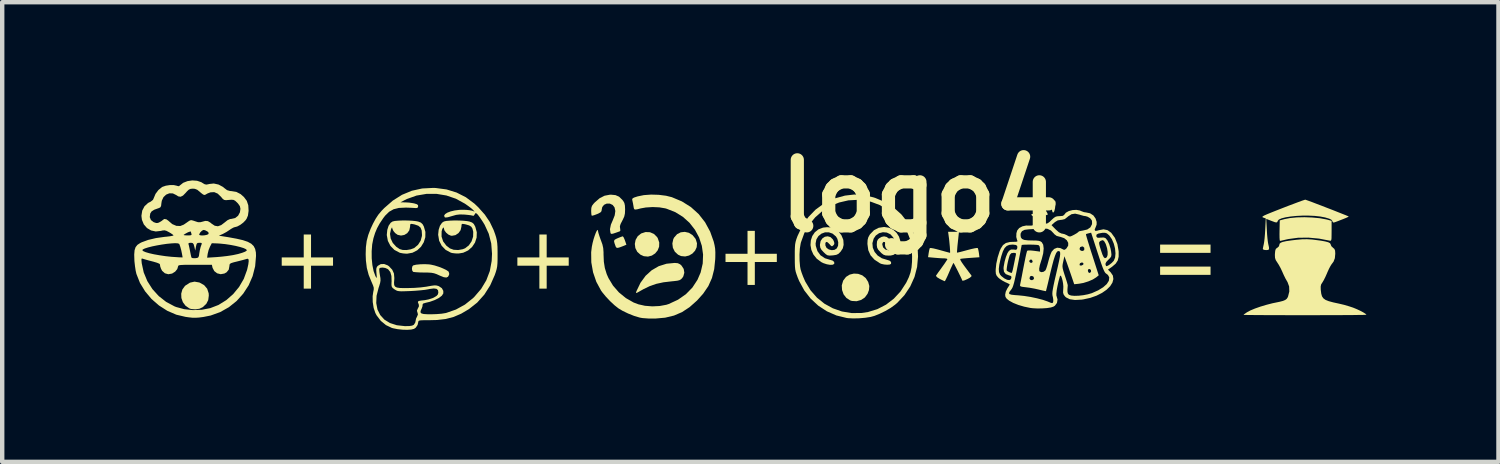
<source format=kicad_pcb>
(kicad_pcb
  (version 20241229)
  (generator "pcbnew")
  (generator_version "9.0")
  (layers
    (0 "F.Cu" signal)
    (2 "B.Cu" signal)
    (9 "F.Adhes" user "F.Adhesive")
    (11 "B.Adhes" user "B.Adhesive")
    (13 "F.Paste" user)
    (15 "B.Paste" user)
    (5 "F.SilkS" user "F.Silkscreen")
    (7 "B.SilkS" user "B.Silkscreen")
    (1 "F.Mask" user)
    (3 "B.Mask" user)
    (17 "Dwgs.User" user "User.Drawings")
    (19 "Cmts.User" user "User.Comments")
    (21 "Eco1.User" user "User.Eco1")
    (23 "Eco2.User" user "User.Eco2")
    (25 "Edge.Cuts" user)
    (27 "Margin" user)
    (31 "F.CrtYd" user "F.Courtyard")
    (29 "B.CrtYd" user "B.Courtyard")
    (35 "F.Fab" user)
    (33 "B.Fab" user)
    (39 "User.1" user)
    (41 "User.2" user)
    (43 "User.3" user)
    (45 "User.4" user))
  (footprint "logo4"
    (layer "F.Cu")
    (at 17.854 1.404)
    (property "Reference" "logo4" (at 0 0 0) (layer "F.SilkS") (effects (font (size 1.5 1.5) (thickness 0.3))))
    (attr board_only exclude_from_pos_files exclude_from_bom)
    (fp_poly (pts (xy 6.605 1.198) (xy 6.605 1.292) (xy 6.032 1.292) (xy 5.459 1.292) (xy 5.459 1.198) (xy 5.459 1.104) (xy 6.032 1.104) (xy 6.605 1.104)) (stroke (width 0) (type solid)) (fill yes) (layer "F.SilkS"))
    (fp_poly (pts (xy 6.605 1.698) (xy 6.605 1.792) (xy 6.032 1.792) (xy 5.459 1.792) (xy 5.459 1.698) (xy 5.459 1.604) (xy 6.032 1.604) (xy 6.605 1.604)) (stroke (width 0) (type solid)) (fill yes) (layer "F.SilkS"))
    (fp_poly (pts (xy 2.622 0.416) (xy 2.687 0.436) (xy 2.748 0.462) (xy 2.795 0.489) (xy 2.813 0.513) (xy 2.799 0.536) (xy 2.757 0.536) (xy 2.684 0.512) (xy 2.627 0.488) (xy 2.563 0.456) (xy 2.534 0.432) (xy 2.537 0.413) (xy 2.537 0.413) (xy 2.568 0.407)) (stroke (width 0) (type solid)) (fill yes) (layer "F.SilkS"))
    (fp_poly (pts (xy 3.074 0.111) (xy 3.082 0.138) (xy 3.081 0.191) (xy 3.071 0.278) (xy 3.071 0.278) (xy 3.055 0.345) (xy 3.034 0.376) (xy 3.015 0.369) (xy 3.003 0.325) (xy 3.001 0.287) (xy 3.007 0.188) (xy 3.024 0.127) (xy 3.053 0.104) (xy 3.055 0.104)) (stroke (width 0) (type solid)) (fill yes) (layer "F.SilkS"))
    (fp_poly (pts (xy 2.753 0.183) (xy 2.788 0.223) (xy 2.827 0.278) (xy 2.865 0.335) (xy 2.894 0.385) (xy 2.906 0.416) (xy 2.905 0.419) (xy 2.886 0.436) (xy 2.861 0.426) (xy 2.824 0.387) (xy 2.773 0.315) (xy 2.726 0.242) (xy 2.706 0.195) (xy 2.711 0.172) (xy 2.732 0.167)) (stroke (width 0) (type solid)) (fill yes) (layer "F.SilkS"))
    (fp_poly (pts (xy -6.735 0.935) (xy -6.714 0.98) (xy -6.702 1.012) (xy -6.669 1.107) (xy -6.736 1.135) (xy -6.815 1.165) (xy -6.864 1.179) (xy -6.892 1.176) (xy -6.909 1.157) (xy -6.915 1.142) (xy -6.941 1.069) (xy -6.95 1.025) (xy -6.939 0.997) (xy -6.905 0.976) (xy -6.865 0.958) (xy -6.806 0.934) (xy -6.763 0.919) (xy -6.751 0.917)) (stroke (width 0) (type solid)) (fill yes) (layer "F.SilkS"))
    (fp_poly (pts (xy -6.134 0.823) (xy -6.044 0.862) (xy -5.972 0.933) (xy -5.956 0.96) (xy -5.923 1.058) (xy -5.926 1.152) (xy -5.959 1.236) (xy -6.016 1.305) (xy -6.091 1.354) (xy -6.179 1.377) (xy -6.273 1.368) (xy -6.349 1.334) (xy -6.423 1.268) (xy -6.466 1.183) (xy -6.478 1.089) (xy -6.46 0.997) (xy -6.412 0.914) (xy -6.334 0.851) (xy -6.333 0.851) (xy -6.234 0.819)) (stroke (width 0) (type solid)) (fill yes) (layer "F.SilkS"))
    (fp_poly (pts (xy -5.25 0.836) (xy -5.167 0.888) (xy -5.1 0.97) (xy -5.093 0.984) (xy -5.065 1.075) (xy -5.072 1.163) (xy -5.109 1.243) (xy -5.169 1.308) (xy -5.246 1.353) (xy -5.334 1.374) (xy -5.427 1.365) (xy -5.495 1.334) (xy -5.568 1.267) (xy -5.613 1.178) (xy -5.625 1.079) (xy -5.604 0.981) (xy -5.585 0.944) (xy -5.518 0.868) (xy -5.434 0.825) (xy -5.342 0.815)) (stroke (width 0) (type solid)) (fill yes) (layer "F.SilkS"))
    (fp_poly (pts (xy -1.402 1.769) (xy -1.309 1.803) (xy -1.23 1.866) (xy -1.175 1.953) (xy -1.149 2.046) (xy -1.157 2.137) (xy -1.189 2.222) (xy -1.251 2.306) (xy -1.338 2.363) (xy -1.439 2.391) (xy -1.544 2.385) (xy -1.583 2.373) (xy -1.67 2.317) (xy -1.734 2.235) (xy -1.769 2.136) (xy -1.775 2.031) (xy -1.745 1.928) (xy -1.742 1.921) (xy -1.678 1.838) (xy -1.595 1.786) (xy -1.5 1.763)) (stroke (width 0) (type solid)) (fill yes) (layer "F.SilkS"))
    (fp_poly (pts (xy -16.376 1.965) (xy -16.368 1.968) (xy -16.265 2.026) (xy -16.196 2.107) (xy -16.162 2.211) (xy -16.159 2.263) (xy -16.172 2.365) (xy -16.215 2.449) (xy -16.294 2.524) (xy -16.298 2.527) (xy -16.372 2.562) (xy -16.464 2.576) (xy -16.555 2.569) (xy -16.598 2.556) (xy -16.686 2.496) (xy -16.748 2.414) (xy -16.782 2.319) (xy -16.786 2.22) (xy -16.76 2.125) (xy -16.701 2.044) (xy -16.689 2.034) (xy -16.587 1.969) (xy -16.483 1.946)) (stroke (width 0) (type solid)) (fill yes) (layer "F.SilkS"))
    (fp_poly (pts (xy -13.836 1.136) (xy -13.836 1.396) (xy -13.586 1.396) (xy -13.336 1.396) (xy -13.336 1.49) (xy -13.336 1.584) (xy -13.586 1.584) (xy -13.836 1.584) (xy -13.836 1.844) (xy -13.836 2.105) (xy -13.919 2.105) (xy -14.002 2.105) (xy -14.002 1.844) (xy -14.002 1.584) (xy -14.252 1.584) (xy -14.502 1.584) (xy -14.502 1.49) (xy -14.502 1.396) (xy -14.252 1.396) (xy -14.002 1.396) (xy -14.002 1.136) (xy -14.002 0.875) (xy -13.919 0.875) (xy -13.836 0.875)) (stroke (width 0) (type solid)) (fill yes) (layer "F.SilkS"))
    (fp_poly (pts (xy -8.481 1.136) (xy -8.481 1.396) (xy -8.231 1.396) (xy -7.98 1.396) (xy -7.98 1.49) (xy -7.98 1.584) (xy -8.231 1.584) (xy -8.481 1.584) (xy -8.481 1.844) (xy -8.481 2.105) (xy -8.564 2.105) (xy -8.647 2.105) (xy -8.647 1.844) (xy -8.647 1.584) (xy -8.897 1.584) (xy -9.147 1.584) (xy -9.147 1.49) (xy -9.147 1.396) (xy -8.897 1.396) (xy -8.647 1.396) (xy -8.647 1.136) (xy -8.647 0.875) (xy -8.564 0.875) (xy -8.481 0.875)) (stroke (width 0) (type solid)) (fill yes) (layer "F.SilkS"))
    (fp_poly (pts (xy -3.751 1.052) (xy -3.751 1.313) (xy -3.501 1.313) (xy -3.251 1.313) (xy -3.251 1.406) (xy -3.251 1.5) (xy -3.501 1.5) (xy -3.751 1.5) (xy -3.751 1.761) (xy -3.751 2.021) (xy -3.834 2.021) (xy -3.917 2.021) (xy -3.917 1.761) (xy -3.917 1.5) (xy -4.167 1.5) (xy -4.417 1.5) (xy -4.417 1.406) (xy -4.417 1.313) (xy -4.167 1.313) (xy -3.917 1.313) (xy -3.917 1.052) (xy -3.917 0.792) (xy -3.834 0.792) (xy -3.751 0.792)) (stroke (width 0) (type solid)) (fill yes) (layer "F.SilkS"))
    (fp_poly (pts (xy -5.501 1.527) (xy -5.449 1.552) (xy -5.416 1.582) (xy -5.367 1.658) (xy -5.353 1.743) (xy -5.376 1.827) (xy -5.403 1.867) (xy -5.431 1.894) (xy -5.464 1.913) (xy -5.512 1.925) (xy -5.587 1.934) (xy -5.638 1.939) (xy -5.827 1.961) (xy -5.989 1.996) (xy -6.137 2.047) (xy -6.285 2.119) (xy -6.34 2.15) (xy -6.405 2.187) (xy -6.44 2.204) (xy -6.451 2.2) (xy -6.446 2.178) (xy -6.44 2.161) (xy -6.349 1.972) (xy -6.233 1.813) (xy -6.094 1.687) (xy -5.935 1.595) (xy -5.757 1.539) (xy -5.571 1.521)) (stroke (width 0) (type solid)) (fill yes) (layer "F.SilkS"))
    (fp_poly (pts (xy 8.918 0.489) (xy 9.087 0.505) (xy 9.235 0.532) (xy 9.278 0.543) (xy 9.356 0.565) (xy 9.356 0.795) (xy 9.355 0.895) (xy 9.354 0.961) (xy 9.349 0.998) (xy 9.339 1.015) (xy 9.324 1.017) (xy 9.309 1.014) (xy 9.07 0.968) (xy 8.827 0.946) (xy 8.592 0.949) (xy 8.375 0.978) (xy 8.324 0.989) (xy 8.256 1.005) (xy 8.204 1.017) (xy 8.183 1.02) (xy 8.177 1.001) (xy 8.173 0.949) (xy 8.172 0.871) (xy 8.173 0.788) (xy 8.178 0.555) (xy 8.283 0.526) (xy 8.411 0.501) (xy 8.568 0.486) (xy 8.741 0.482)) (stroke (width 0) (type solid)) (fill yes) (layer "F.SilkS"))
    (fp_poly (pts (xy -11.154 1.554) (xy -11.111 1.56) (xy -11.026 1.579) (xy -10.932 1.609) (xy -10.842 1.644) (xy -10.766 1.68) (xy -10.716 1.713) (xy -10.709 1.721) (xy -10.696 1.762) (xy -10.699 1.791) (xy -10.723 1.835) (xy -10.761 1.853) (xy -10.82 1.845) (xy -10.904 1.811) (xy -10.918 1.805) (xy -10.984 1.775) (xy -11.04 1.756) (xy -11.098 1.745) (xy -11.173 1.74) (xy -11.274 1.739) (xy -11.367 1.737) (xy -11.446 1.732) (xy -11.5 1.727) (xy -11.518 1.722) (xy -11.538 1.69) (xy -11.543 1.642) (xy -11.532 1.597) (xy -11.514 1.577) (xy -11.448 1.561) (xy -11.355 1.552) (xy -11.252 1.549)) (stroke (width 0) (type solid)) (fill yes) (layer "F.SilkS"))
    (fp_poly (pts (xy -6.917 -0.02) (xy -6.837 0.015) (xy -6.765 0.084) (xy -6.742 0.112) (xy -6.716 0.158) (xy -6.703 0.217) (xy -6.699 0.302) (xy -6.699 0.309) (xy -6.703 0.397) (xy -6.718 0.466) (xy -6.75 0.536) (xy -6.764 0.563) (xy -6.801 0.635) (xy -6.817 0.686) (xy -6.814 0.729) (xy -6.812 0.736) (xy -6.807 0.786) (xy -6.82 0.803) (xy -6.91 0.835) (xy -6.968 0.854) (xy -7.002 0.861) (xy -7.02 0.857) (xy -7.029 0.845) (xy -7.031 0.841) (xy -7.043 0.755) (xy -7.022 0.651) (xy -6.978 0.549) (xy -6.935 0.44) (xy -6.921 0.341) (xy -6.939 0.259) (xy -6.981 0.204) (xy -7.047 0.172) (xy -7.116 0.172) (xy -7.177 0.2) (xy -7.218 0.251) (xy -7.23 0.308) (xy -7.236 0.345) (xy -7.257 0.371) (xy -7.305 0.398) (xy -7.338 0.412) (xy -7.399 0.435) (xy -7.443 0.447) (xy -7.458 0.446) (xy -7.465 0.42) (xy -7.469 0.367) (xy -7.47 0.333) (xy -7.466 0.27) (xy -7.451 0.223) (xy -7.415 0.175) (xy -7.387 0.145) (xy -7.278 0.051) (xy -7.167 -0.006) (xy -7.047 -0.029) (xy -7.018 -0.03)) (stroke (width 0) (type solid)) (fill yes) (layer "F.SilkS"))
    (fp_poly (pts (xy -11.642 0.557) (xy -11.539 0.562) (xy -11.453 0.571) (xy -11.401 0.581) (xy -11.339 0.605) (xy -11.3 0.642) (xy -11.272 0.694) (xy -11.237 0.816) (xy -11.239 0.937) (xy -11.274 1.051) (xy -11.336 1.152) (xy -11.423 1.234) (xy -11.53 1.289) (xy -11.652 1.311) (xy -11.669 1.311) (xy -11.743 1.305) (xy -11.811 1.292) (xy -11.825 1.287) (xy -11.942 1.225) (xy -12.031 1.134) (xy -12.09 1.02) (xy -12.114 0.889) (xy -12.114 0.878) (xy -12.112 0.86) (xy -12.041 0.86) (xy -12.026 0.966) (xy -11.978 1.067) (xy -11.899 1.154) (xy -11.825 1.205) (xy -11.755 1.226) (xy -11.664 1.228) (xy -11.571 1.212) (xy -11.492 1.182) (xy -11.406 1.111) (xy -11.345 1.016) (xy -11.316 0.909) (xy -11.315 0.882) (xy -11.321 0.785) (xy -11.347 0.719) (xy -11.397 0.676) (xy -11.48 0.647) (xy -11.518 0.639) (xy -11.563 0.633) (xy -11.582 0.646) (xy -11.585 0.689) (xy -11.585 0.698) (xy -11.603 0.781) (xy -11.65 0.845) (xy -11.716 0.885) (xy -11.792 0.899) (xy -11.869 0.882) (xy -11.925 0.842) (xy -11.964 0.794) (xy -11.986 0.747) (xy -11.987 0.743) (xy -11.994 0.715) (xy -12.003 0.722) (xy -12.019 0.757) (xy -12.041 0.86) (xy -12.112 0.86) (xy -12.103 0.769) (xy -12.073 0.676) (xy -12.026 0.608) (xy -11.983 0.579) (xy -11.931 0.567) (xy -11.849 0.56) (xy -11.749 0.556)) (stroke (width 0) (type solid)) (fill yes) (layer "F.SilkS"))
    (fp_poly (pts (xy -10.475 0.557) (xy -10.372 0.562) (xy -10.286 0.571) (xy -10.234 0.581) (xy -10.176 0.603) (xy -10.138 0.635) (xy -10.107 0.691) (xy -10.102 0.703) (xy -10.069 0.824) (xy -10.073 0.945) (xy -10.11 1.059) (xy -10.176 1.158) (xy -10.266 1.237) (xy -10.377 1.289) (xy -10.478 1.306) (xy -10.556 1.305) (xy -10.627 1.296) (xy -10.658 1.288) (xy -10.777 1.224) (xy -10.867 1.131) (xy -10.925 1.016) (xy -10.94 0.922) (xy -10.87 0.922) (xy -10.834 1.032) (xy -10.761 1.128) (xy -10.68 1.191) (xy -10.594 1.222) (xy -10.492 1.228) (xy -10.388 1.209) (xy -10.335 1.188) (xy -10.25 1.122) (xy -10.188 1.031) (xy -10.153 0.924) (xy -10.15 0.813) (xy -10.168 0.741) (xy -10.194 0.699) (xy -10.241 0.669) (xy -10.318 0.646) (xy -10.351 0.639) (xy -10.397 0.633) (xy -10.415 0.647) (xy -10.418 0.691) (xy -10.418 0.694) (xy -10.437 0.776) (xy -10.485 0.843) (xy -10.554 0.889) (xy -10.634 0.904) (xy -10.659 0.901) (xy -10.714 0.877) (xy -10.766 0.833) (xy -10.804 0.782) (xy -10.814 0.746) (xy -10.821 0.717) (xy -10.835 0.721) (xy -10.853 0.751) (xy -10.868 0.802) (xy -10.868 0.803) (xy -10.87 0.922) (xy -10.94 0.922) (xy -10.947 0.883) (xy -10.947 0.878) (xy -10.936 0.769) (xy -10.906 0.676) (xy -10.859 0.608) (xy -10.816 0.579) (xy -10.764 0.567) (xy -10.682 0.56) (xy -10.582 0.556)) (stroke (width 0) (type solid)) (fill yes) (layer "F.SilkS"))
    (fp_poly (pts (xy 8.781 0.091) (xy 8.837 0.111) (xy 8.919 0.141) (xy 9.02 0.18) (xy 9.134 0.223) (xy 9.254 0.27) (xy 9.374 0.316) (xy 9.487 0.361) (xy 9.588 0.401) (xy 9.669 0.433) (xy 9.724 0.456) (xy 9.746 0.467) (xy 9.746 0.467) (xy 9.731 0.476) (xy 9.688 0.496) (xy 9.625 0.522) (xy 9.555 0.549) (xy 9.488 0.575) (xy 9.433 0.595) (xy 9.401 0.604) (xy 9.398 0.604) (xy 9.38 0.587) (xy 9.371 0.566) (xy 9.352 0.54) (xy 9.304 0.516) (xy 9.221 0.491) (xy 9.207 0.487) (xy 9.097 0.466) (xy 8.97 0.452) (xy 8.833 0.446) (xy 8.692 0.446) (xy 8.554 0.453) (xy 8.425 0.466) (xy 8.312 0.484) (xy 8.221 0.507) (xy 8.158 0.535) (xy 8.132 0.566) (xy 8.122 0.591) (xy 8.105 0.601) (xy 8.071 0.596) (xy 8.011 0.574) (xy 7.979 0.562) (xy 7.871 0.52) (xy 7.884 0.765) (xy 7.89 0.871) (xy 7.899 0.971) (xy 7.909 1.051) (xy 7.917 1.094) (xy 7.933 1.166) (xy 7.934 1.206) (xy 7.917 1.225) (xy 7.879 1.229) (xy 7.866 1.229) (xy 7.814 1.223) (xy 7.793 1.204) (xy 7.793 1.203) (xy 7.799 1.168) (xy 7.811 1.111) (xy 7.815 1.094) (xy 7.824 1.04) (xy 7.834 0.956) (xy 7.842 0.854) (xy 7.848 0.76) (xy 7.86 0.51) (xy 7.801 0.489) (xy 7.786 0.482) (xy 7.783 0.473) (xy 7.796 0.46) (xy 7.829 0.441) (xy 7.886 0.416) (xy 7.971 0.381) (xy 8.086 0.335) (xy 8.237 0.276) (xy 8.373 0.223) (xy 8.496 0.177) (xy 8.602 0.137) (xy 8.684 0.107) (xy 8.738 0.089) (xy 8.757 0.083)) (stroke (width 0) (type solid)) (fill yes) (layer "F.SilkS"))
    (fp_poly (pts (xy -0.702 0.721) (xy -0.606 0.767) (xy -0.53 0.837) (xy -0.475 0.923) (xy -0.445 1.018) (xy -0.443 1.115) (xy -0.471 1.209) (xy -0.534 1.292) (xy -0.546 1.303) (xy -0.6 1.338) (xy -0.665 1.353) (xy -0.713 1.354) (xy -0.778 1.351) (xy -0.825 1.335) (xy -0.872 1.3) (xy -0.898 1.273) (xy -0.947 1.22) (xy -0.971 1.174) (xy -0.979 1.119) (xy -0.979 1.098) (xy -0.974 1.032) (xy -0.954 0.988) (xy -0.924 0.96) (xy -0.869 0.929) (xy -0.814 0.917) (xy -0.754 0.931) (xy -0.703 0.969) (xy -0.667 1.019) (xy -0.653 1.071) (xy -0.669 1.115) (xy -0.671 1.118) (xy -0.714 1.137) (xy -0.754 1.121) (xy -0.777 1.082) (xy -0.799 1.046) (xy -0.828 1.043) (xy -0.85 1.071) (xy -0.854 1.101) (xy -0.836 1.168) (xy -0.786 1.215) (xy -0.715 1.234) (xy -0.703 1.234) (xy -0.634 1.215) (xy -0.586 1.167) (xy -0.565 1.099) (xy -0.572 1.019) (xy -0.605 0.942) (xy -0.67 0.87) (xy -0.751 0.831) (xy -0.84 0.823) (xy -0.927 0.845) (xy -1.002 0.898) (xy -1.05 0.968) (xy -1.079 1.072) (xy -1.07 1.175) (xy -1.029 1.271) (xy -0.959 1.354) (xy -0.865 1.415) (xy -0.757 1.448) (xy -0.691 1.468) (xy -0.655 1.5) (xy -0.655 1.538) (xy -0.658 1.544) (xy -0.687 1.558) (xy -0.743 1.562) (xy -0.81 1.557) (xy -0.874 1.543) (xy -0.906 1.53) (xy -1.032 1.447) (xy -1.121 1.348) (xy -1.173 1.231) (xy -1.192 1.091) (xy -1.192 1.08) (xy -1.188 0.999) (xy -1.173 0.94) (xy -1.142 0.883) (xy -1.132 0.869) (xy -1.044 0.778) (xy -0.935 0.722) (xy -0.813 0.704)) (stroke (width 0) (type solid)) (fill yes) (layer "F.SilkS"))
    (fp_poly (pts (xy -2.033 0.714) (xy -1.965 0.729) (xy -1.94 0.739) (xy -1.853 0.803) (xy -1.784 0.891) (xy -1.743 0.989) (xy -1.739 1.009) (xy -1.733 1.11) (xy -1.752 1.19) (xy -1.8 1.263) (xy -1.81 1.274) (xy -1.852 1.315) (xy -1.899 1.337) (xy -1.966 1.348) (xy -1.986 1.35) (xy -2.055 1.354) (xy -2.1 1.347) (xy -2.138 1.323) (xy -2.188 1.276) (xy -2.238 1.221) (xy -2.263 1.175) (xy -2.271 1.122) (xy -2.271 1.106) (xy -2.256 1.023) (xy -2.215 0.963) (xy -2.159 0.926) (xy -2.095 0.916) (xy -2.032 0.934) (xy -1.979 0.984) (xy -1.958 1.022) (xy -1.943 1.07) (xy -1.95 1.101) (xy -1.967 1.121) (xy -1.994 1.142) (xy -2.015 1.137) (xy -2.047 1.102) (xy -2.049 1.099) (xy -2.097 1.052) (xy -2.131 1.043) (xy -2.148 1.071) (xy -2.147 1.125) (xy -2.121 1.179) (xy -2.069 1.215) (xy -2.003 1.231) (xy -1.938 1.223) (xy -1.889 1.191) (xy -1.859 1.13) (xy -1.855 1.053) (xy -1.875 0.973) (xy -1.907 0.92) (xy -1.984 0.855) (xy -2.07 0.825) (xy -2.157 0.826) (xy -2.238 0.856) (xy -2.306 0.911) (xy -2.352 0.986) (xy -2.37 1.08) (xy -2.366 1.132) (xy -2.328 1.253) (xy -2.258 1.348) (xy -2.158 1.415) (xy -2.049 1.448) (xy -1.983 1.468) (xy -1.947 1.5) (xy -1.946 1.538) (xy -1.949 1.544) (xy -1.983 1.562) (xy -2.043 1.564) (xy -2.117 1.551) (xy -2.195 1.525) (xy -2.241 1.502) (xy -2.346 1.423) (xy -2.421 1.328) (xy -2.467 1.224) (xy -2.486 1.115) (xy -2.478 1.008) (xy -2.445 0.909) (xy -2.387 0.824) (xy -2.305 0.758) (xy -2.2 0.718) (xy -2.109 0.709)) (stroke (width 0) (type solid)) (fill yes) (layer "F.SilkS"))
    (fp_poly (pts (xy 0.863 1.047) (xy 0.853 1.141) (xy 0.847 1.218) (xy 0.843 1.269) (xy 0.843 1.287) (xy 0.864 1.284) (xy 0.917 1.272) (xy 0.993 1.252) (xy 1.074 1.23) (xy 1.166 1.206) (xy 1.242 1.189) (xy 1.294 1.181) (xy 1.314 1.182) (xy 1.325 1.211) (xy 1.336 1.265) (xy 1.341 1.295) (xy 1.353 1.392) (xy 1.151 1.406) (xy 1.061 1.413) (xy 0.985 1.42) (xy 0.935 1.426) (xy 0.921 1.429) (xy 0.916 1.439) (xy 0.926 1.465) (xy 0.953 1.51) (xy 1 1.577) (xy 1.068 1.669) (xy 1.159 1.79) (xy 1.172 1.806) (xy 1.17 1.828) (xy 1.134 1.858) (xy 1.081 1.887) (xy 1.013 1.917) (xy 0.973 1.926) (xy 0.963 1.92) (xy 0.949 1.885) (xy 0.922 1.828) (xy 0.887 1.757) (xy 0.85 1.682) (xy 0.814 1.612) (xy 0.785 1.556) (xy 0.767 1.525) (xy 0.764 1.521) (xy 0.752 1.539) (xy 0.729 1.588) (xy 0.696 1.659) (xy 0.666 1.729) (xy 0.629 1.814) (xy 0.597 1.881) (xy 0.574 1.925) (xy 0.564 1.937) (xy 0.541 1.927) (xy 0.492 1.904) (xy 0.452 1.884) (xy 0.39 1.846) (xy 0.366 1.816) (xy 0.368 1.807) (xy 0.387 1.78) (xy 0.423 1.728) (xy 0.473 1.66) (xy 0.504 1.616) (xy 0.556 1.544) (xy 0.596 1.484) (xy 0.621 1.445) (xy 0.625 1.434) (xy 0.607 1.423) (xy 0.561 1.417) (xy 0.547 1.417) (xy 0.484 1.415) (xy 0.4 1.409) (xy 0.327 1.403) (xy 0.186 1.39) (xy 0.2 1.294) (xy 0.211 1.234) (xy 0.223 1.191) (xy 0.227 1.183) (xy 0.252 1.182) (xy 0.307 1.191) (xy 0.385 1.21) (xy 0.459 1.23) (xy 0.548 1.255) (xy 0.621 1.275) (xy 0.67 1.288) (xy 0.685 1.292) (xy 0.687 1.273) (xy 0.685 1.222) (xy 0.68 1.149) (xy 0.672 1.064) (xy 0.663 0.975) (xy 0.653 0.901) (xy 0.641 0.813) (xy 0.765 0.813) (xy 0.888 0.813)) (stroke (width 0) (type solid)) (fill yes) (layer "F.SilkS"))
    (fp_poly (pts (xy -5.936 -0.027) (xy -5.769 -0.006) (xy -5.636 0.027) (xy -5.408 0.123) (xy -5.204 0.251) (xy -5.029 0.409) (xy -4.882 0.596) (xy -4.766 0.81) (xy -4.686 1.034) (xy -4.666 1.118) (xy -4.653 1.195) (xy -4.648 1.278) (xy -4.649 1.384) (xy -4.651 1.437) (xy -4.674 1.662) (xy -4.725 1.863) (xy -4.807 2.047) (xy -4.925 2.22) (xy -5.064 2.375) (xy -5.234 2.526) (xy -5.406 2.639) (xy -5.588 2.717) (xy -5.788 2.765) (xy -6.001 2.784) (xy -6.168 2.784) (xy -6.304 2.774) (xy -6.366 2.763) (xy -6.491 2.726) (xy -6.629 2.671) (xy -6.759 2.608) (xy -6.848 2.555) (xy -6.938 2.484) (xy -7.039 2.39) (xy -7.136 2.287) (xy -7.219 2.186) (xy -7.246 2.148) (xy -7.353 1.95) (xy -7.427 1.734) (xy -7.467 1.507) (xy -7.47 1.278) (xy -7.455 1.154) (xy -7.438 1.07) (xy -7.416 0.985) (xy -7.391 0.907) (xy -7.366 0.84) (xy -7.344 0.793) (xy -7.326 0.771) (xy -7.316 0.78) (xy -7.315 0.792) (xy -7.306 0.836) (xy -7.285 0.904) (xy -7.257 0.985) (xy -7.251 1) (xy -7.215 1.099) (xy -7.196 1.185) (xy -7.189 1.281) (xy -7.189 1.325) (xy -7.182 1.494) (xy -7.159 1.638) (xy -7.117 1.774) (xy -7.077 1.865) (xy -6.974 2.036) (xy -6.84 2.19) (xy -6.681 2.32) (xy -6.506 2.42) (xy -6.398 2.461) (xy -6.247 2.495) (xy -6.081 2.508) (xy -5.914 2.5) (xy -5.762 2.472) (xy -5.707 2.454) (xy -5.497 2.357) (xy -5.318 2.232) (xy -5.17 2.081) (xy -5.054 1.904) (xy -4.982 1.737) (xy -4.935 1.534) (xy -4.927 1.331) (xy -4.955 1.133) (xy -5.017 0.943) (xy -5.111 0.768) (xy -5.234 0.61) (xy -5.384 0.475) (xy -5.558 0.367) (xy -5.754 0.29) (xy -5.785 0.281) (xy -5.921 0.258) (xy -6.075 0.251) (xy -6.228 0.261) (xy -6.341 0.281) (xy -6.419 0.301) (xy -6.465 0.308) (xy -6.49 0.301) (xy -6.501 0.276) (xy -6.508 0.234) (xy -6.52 0.166) (xy -6.533 0.106) (xy -6.534 0.103) (xy -6.538 0.073) (xy -6.527 0.053) (xy -6.494 0.035) (xy -6.43 0.014) (xy -6.414 0.009) (xy -6.273 -0.02) (xy -6.109 -0.032)) (stroke (width 0) (type solid)) (fill yes) (layer "F.SilkS"))
    (fp_poly (pts (xy -1.277 -0.02) (xy -1.058 0.03) (xy -1.014 0.044) (xy -0.792 0.138) (xy -0.593 0.264) (xy -0.421 0.418) (xy -0.278 0.598) (xy -0.166 0.798) (xy -0.089 1.015) (xy -0.048 1.247) (xy -0.042 1.375) (xy -0.063 1.611) (xy -0.122 1.839) (xy -0.219 2.055) (xy -0.35 2.252) (xy -0.513 2.427) (xy -0.566 2.472) (xy -0.664 2.543) (xy -0.784 2.613) (xy -0.911 2.675) (xy -1.032 2.724) (xy -1.118 2.748) (xy -1.241 2.767) (xy -1.379 2.779) (xy -1.514 2.782) (xy -1.632 2.776) (xy -1.668 2.771) (xy -1.899 2.714) (xy -2.114 2.62) (xy -2.309 2.492) (xy -2.481 2.333) (xy -2.627 2.146) (xy -2.743 1.933) (xy -2.776 1.854) (xy -2.802 1.783) (xy -2.821 1.724) (xy -2.833 1.667) (xy -2.839 1.603) (xy -2.842 1.52) (xy -2.843 1.408) (xy -2.843 1.375) (xy -2.843 1.331) (xy -2.736 1.331) (xy -2.734 1.472) (xy -2.723 1.601) (xy -2.711 1.667) (xy -2.688 1.741) (xy -2.653 1.834) (xy -2.612 1.929) (xy -2.603 1.948) (xy -2.485 2.143) (xy -2.339 2.31) (xy -2.169 2.447) (xy -1.978 2.552) (xy -1.772 2.624) (xy -1.554 2.66) (xy -1.328 2.659) (xy -1.177 2.636) (xy -0.966 2.571) (xy -0.769 2.469) (xy -0.592 2.333) (xy -0.439 2.168) (xy -0.315 1.977) (xy -0.305 1.959) (xy -0.25 1.843) (xy -0.213 1.736) (xy -0.19 1.625) (xy -0.179 1.497) (xy -0.177 1.375) (xy -0.188 1.164) (xy -0.224 0.98) (xy -0.289 0.814) (xy -0.385 0.658) (xy -0.517 0.502) (xy -0.551 0.468) (xy -0.726 0.317) (xy -0.911 0.206) (xy -1.111 0.131) (xy -1.184 0.114) (xy -1.406 0.087) (xy -1.625 0.099) (xy -1.836 0.148) (xy -2.035 0.23) (xy -2.217 0.343) (xy -2.379 0.485) (xy -2.517 0.653) (xy -2.626 0.843) (xy -2.703 1.054) (xy -2.71 1.084) (xy -2.728 1.196) (xy -2.736 1.331) (xy -2.843 1.331) (xy -2.843 1.255) (xy -2.84 1.166) (xy -2.835 1.098) (xy -2.824 1.04) (xy -2.808 0.984) (xy -2.784 0.918) (xy -2.778 0.904) (xy -2.672 0.679) (xy -2.535 0.48) (xy -2.372 0.311) (xy -2.183 0.173) (xy -1.972 0.069) (xy -1.924 0.052) (xy -1.702 -0.009) (xy -1.489 -0.034)) (stroke (width 0) (type solid)) (fill yes) (layer "F.SilkS"))
    (fp_poly (pts (xy 8.912 0.989) (xy 8.976 0.997) (xy 9.113 1.015) (xy 9.212 1.033) (xy 9.279 1.051) (xy 9.318 1.071) (xy 9.334 1.095) (xy 9.335 1.103) (xy 9.351 1.141) (xy 9.387 1.175) (xy 9.419 1.203) (xy 9.435 1.241) (xy 9.439 1.303) (xy 9.439 1.315) (xy 9.43 1.414) (xy 9.4 1.492) (xy 9.355 1.552) (xy 9.33 1.591) (xy 9.296 1.656) (xy 9.26 1.735) (xy 9.252 1.755) (xy 9.215 1.838) (xy 9.178 1.912) (xy 9.148 1.963) (xy 9.143 1.97) (xy 9.118 2.01) (xy 9.108 2.056) (xy 9.109 2.124) (xy 9.111 2.144) (xy 9.121 2.221) (xy 9.138 2.28) (xy 9.169 2.325) (xy 9.218 2.361) (xy 9.291 2.39) (xy 9.395 2.418) (xy 9.533 2.448) (xy 9.638 2.473) (xy 9.751 2.506) (xy 9.845 2.537) (xy 9.93 2.572) (xy 10.011 2.61) (xy 10.08 2.647) (xy 10.128 2.678) (xy 10.147 2.698) (xy 10.147 2.699) (xy 10.127 2.7) (xy 10.069 2.702) (xy 9.975 2.703) (xy 9.85 2.705) (xy 9.698 2.706) (xy 9.52 2.707) (xy 9.321 2.708) (xy 9.105 2.708) (xy 8.874 2.709) (xy 8.751 2.709) (xy 8.514 2.709) (xy 8.29 2.708) (xy 8.082 2.708) (xy 7.893 2.707) (xy 7.727 2.706) (xy 7.588 2.705) (xy 7.478 2.704) (xy 7.401 2.703) (xy 7.361 2.702) (xy 7.355 2.701) (xy 7.371 2.686) (xy 7.411 2.657) (xy 7.435 2.641) (xy 7.51 2.601) (xy 7.615 2.557) (xy 7.741 2.513) (xy 7.878 2.472) (xy 8.014 2.437) (xy 8.063 2.427) (xy 8.174 2.404) (xy 8.251 2.384) (xy 8.301 2.363) (xy 8.334 2.339) (xy 8.356 2.307) (xy 8.367 2.282) (xy 8.395 2.17) (xy 8.391 2.056) (xy 8.354 1.955) (xy 8.346 1.942) (xy 8.31 1.88) (xy 8.27 1.799) (xy 8.241 1.734) (xy 8.202 1.649) (xy 8.157 1.566) (xy 8.125 1.516) (xy 8.087 1.457) (xy 8.07 1.405) (xy 8.067 1.339) (xy 8.068 1.314) (xy 8.075 1.244) (xy 8.088 1.204) (xy 8.112 1.182) (xy 8.121 1.178) (xy 8.16 1.142) (xy 8.168 1.111) (xy 8.175 1.084) (xy 8.201 1.061) (xy 8.249 1.043) (xy 8.325 1.026) (xy 8.434 1.01) (xy 8.548 0.996) (xy 8.682 0.984) (xy 8.796 0.982)) (stroke (width 0) (type solid)) (fill yes) (layer "F.SilkS"))
    (fp_poly (pts (xy -11.003 -0.182) (xy -10.756 -0.149) (xy -10.529 -0.079) (xy -10.318 0.028) (xy -10.122 0.174) (xy -10.033 0.259) (xy -9.887 0.423) (xy -9.774 0.59) (xy -9.687 0.772) (xy -9.653 0.865) (xy -9.63 0.938) (xy -9.615 1.003) (xy -9.605 1.071) (xy -9.599 1.153) (xy -9.597 1.26) (xy -9.597 1.323) (xy -9.597 1.442) (xy -9.6 1.531) (xy -9.606 1.6) (xy -9.618 1.661) (xy -9.636 1.724) (xy -9.661 1.797) (xy -9.765 2.032) (xy -9.898 2.241) (xy -10.06 2.422) (xy -10.247 2.57) (xy -10.423 2.674) (xy -10.595 2.748) (xy -10.776 2.795) (xy -10.975 2.818) (xy -11.132 2.822) (xy -11.242 2.822) (xy -11.317 2.824) (xy -11.363 2.828) (xy -11.387 2.836) (xy -11.397 2.849) (xy -11.398 2.858) (xy -11.414 2.93) (xy -11.456 2.992) (xy -11.495 3.019) (xy -11.559 3.035) (xy -11.651 3.041) (xy -11.758 3.038) (xy -11.869 3.026) (xy -11.969 3.006) (xy -11.999 2.998) (xy -12.133 2.934) (xy -12.251 2.837) (xy -12.346 2.712) (xy -12.375 2.657) (xy -12.413 2.543) (xy -12.43 2.433) (xy -12.354 2.433) (xy -12.326 2.58) (xy -12.263 2.706) (xy -12.168 2.81) (xy -12.042 2.887) (xy -11.886 2.937) (xy -11.704 2.957) (xy -11.691 2.957) (xy -11.599 2.955) (xy -11.54 2.946) (xy -11.502 2.928) (xy -11.498 2.924) (xy -11.468 2.877) (xy -11.46 2.84) (xy -11.449 2.785) (xy -11.427 2.741) (xy -11.407 2.693) (xy -11.416 2.65) (xy -11.418 2.648) (xy -11.429 2.606) (xy -11.411 2.56) (xy -11.406 2.552) (xy -11.383 2.504) (xy -11.389 2.459) (xy -11.395 2.447) (xy -11.407 2.416) (xy -11.404 2.397) (xy -11.38 2.384) (xy -11.327 2.375) (xy -11.252 2.367) (xy -11.165 2.35) (xy -11.077 2.322) (xy -11.044 2.307) (xy -10.984 2.271) (xy -10.954 2.237) (xy -10.943 2.196) (xy -10.95 2.141) (xy -10.983 2.11) (xy -11.046 2.101) (xy -11.143 2.113) (xy -11.169 2.119) (xy -11.243 2.132) (xy -11.345 2.143) (xy -11.462 2.153) (xy -11.581 2.16) (xy -11.585 2.16) (xy -11.699 2.164) (xy -11.78 2.166) (xy -11.835 2.163) (xy -11.874 2.156) (xy -11.904 2.143) (xy -11.935 2.124) (xy -11.939 2.121) (xy -11.979 2.092) (xy -12 2.064) (xy -12.008 2.026) (xy -12.007 1.963) (xy -12.005 1.94) (xy -12.009 1.818) (xy -12.034 1.729) (xy -12.083 1.667) (xy -12.097 1.658) (xy -12.149 1.635) (xy -12.209 1.626) (xy -12.26 1.631) (xy -12.283 1.645) (xy -12.286 1.675) (xy -12.281 1.732) (xy -12.271 1.797) (xy -12.259 1.867) (xy -12.257 1.922) (xy -12.266 1.976) (xy -12.287 2.047) (xy -12.301 2.088) (xy -12.347 2.268) (xy -12.354 2.433) (xy -12.43 2.433) (xy -12.434 2.41) (xy -12.436 2.277) (xy -12.422 2.18) (xy -12.411 2.127) (xy -12.411 2.083) (xy -12.426 2.034) (xy -12.456 1.963) (xy -12.46 1.955) (xy -12.526 1.793) (xy -12.568 1.635) (xy -12.589 1.465) (xy -12.594 1.323) (xy -12.592 1.255) (xy -12.458 1.255) (xy -12.457 1.415) (xy -12.442 1.569) (xy -12.414 1.707) (xy -12.374 1.817) (xy -12.367 1.83) (xy -12.351 1.857) (xy -12.343 1.86) (xy -12.343 1.831) (xy -12.348 1.767) (xy -12.349 1.758) (xy -12.354 1.684) (xy -12.35 1.638) (xy -12.335 1.606) (xy -12.317 1.586) (xy -12.252 1.548) (xy -12.175 1.545) (xy -12.096 1.575) (xy -12.065 1.596) (xy -11.991 1.675) (xy -11.952 1.76) (xy -11.943 1.864) (xy -11.945 1.899) (xy -11.95 1.972) (xy -11.946 2.025) (xy -11.926 2.059) (xy -11.886 2.08) (xy -11.82 2.09) (xy -11.721 2.093) (xy -11.634 2.092) (xy -11.486 2.088) (xy -11.342 2.077) (xy -11.217 2.061) (xy -11.185 2.055) (xy -11.094 2.039) (xy -11.032 2.031) (xy -10.988 2.033) (xy -10.949 2.043) (xy -10.929 2.051) (xy -10.863 2.095) (xy -10.83 2.156) (xy -10.83 2.214) (xy -10.863 2.265) (xy -10.93 2.317) (xy -11.023 2.364) (xy -11.135 2.404) (xy -11.235 2.428) (xy -11.289 2.445) (xy -11.301 2.468) (xy -11.301 2.469) (xy -11.303 2.505) (xy -11.321 2.556) (xy -11.323 2.56) (xy -11.346 2.611) (xy -11.348 2.646) (xy -11.326 2.669) (xy -11.275 2.682) (xy -11.19 2.687) (xy -11.108 2.688) (xy -10.986 2.684) (xy -10.871 2.675) (xy -10.778 2.66) (xy -10.761 2.656) (xy -10.543 2.58) (xy -10.339 2.468) (xy -10.157 2.323) (xy -10.127 2.294) (xy -9.97 2.111) (xy -9.853 1.916) (xy -9.773 1.705) (xy -9.731 1.477) (xy -9.723 1.313) (xy -9.741 1.078) (xy -9.797 0.859) (xy -9.892 0.652) (xy -9.939 0.576) (xy -10.002 0.483) (xy -10.047 0.423) (xy -10.08 0.393) (xy -10.101 0.391) (xy -10.115 0.414) (xy -10.116 0.417) (xy -10.138 0.449) (xy -10.165 0.447) (xy -10.202 0.438) (xy -10.267 0.43) (xy -10.347 0.422) (xy -10.351 0.422) (xy -10.452 0.419) (xy -10.538 0.429) (xy -10.63 0.455) (xy -10.64 0.458) (xy -10.727 0.483) (xy -10.78 0.489) (xy -10.798 0.483) (xy -10.812 0.448) (xy -10.79 0.412) (xy -10.739 0.379) (xy -10.663 0.35) (xy -10.569 0.328) (xy -10.463 0.315) (xy -10.398 0.313) (xy -10.311 0.315) (xy -10.234 0.323) (xy -10.18 0.333) (xy -10.176 0.334) (xy -10.118 0.356) (xy -10.158 0.312) (xy -10.194 0.28) (xy -10.254 0.234) (xy -10.326 0.183) (xy -10.341 0.173) (xy -10.544 0.062) (xy -10.761 -0.012) (xy -10.986 -0.049) (xy -11.213 -0.048) (xy -11.438 -0.01) (xy -11.654 0.067) (xy -11.721 0.1) (xy -11.804 0.144) (xy -11.693 0.145) (xy -11.607 0.15) (xy -11.519 0.163) (xy -11.489 0.169) (xy -11.431 0.187) (xy -11.405 0.207) (xy -11.402 0.236) (xy -11.402 0.237) (xy -11.417 0.27) (xy -11.456 0.275) (xy -11.46 0.274) (xy -11.505 0.271) (xy -11.578 0.267) (xy -11.665 0.264) (xy -11.689 0.264) (xy -11.839 0.271) (xy -11.96 0.301) (xy -12.061 0.358) (xy -12.152 0.447) (xy -12.195 0.503) (xy -12.276 0.624) (xy -12.335 0.732) (xy -12.381 0.842) (xy -12.418 0.961) (xy -12.446 1.1) (xy -12.458 1.255) (xy -12.592 1.255) (xy -12.589 1.162) (xy -12.571 1.021) (xy -12.536 0.887) (xy -12.482 0.745) (xy -12.428 0.629) (xy -12.368 0.518) (xy -12.307 0.425) (xy -12.232 0.336) (xy -12.172 0.274) (xy -11.977 0.104) (xy -11.769 -0.027) (xy -11.546 -0.119) (xy -11.31 -0.171) (xy -11.059 -0.184)) (stroke (width 0) (type solid)) (fill yes) (layer "F.SilkS"))
    (fp_poly (pts (xy -16.425 -0.346) (xy -16.33 -0.314) (xy -16.31 -0.301) (xy -16.257 -0.269) (xy -16.216 -0.259) (xy -16.167 -0.268) (xy -16.149 -0.273) (xy -16.046 -0.284) (xy -15.937 -0.26) (xy -15.837 -0.206) (xy -15.805 -0.179) (xy -15.744 -0.133) (xy -15.678 -0.114) (xy -15.643 -0.111) (xy -15.533 -0.093) (xy -15.436 -0.043) (xy -15.361 0.023) (xy -15.296 0.11) (xy -15.262 0.211) (xy -15.255 0.335) (xy -15.257 0.354) (xy -15.27 0.446) (xy -15.3 0.517) (xy -15.323 0.55) (xy -15.376 0.605) (xy -15.444 0.656) (xy -15.513 0.693) (xy -15.569 0.708) (xy -15.572 0.708) (xy -15.604 0.72) (xy -15.655 0.749) (xy -15.686 0.77) (xy -15.755 0.816) (xy -15.828 0.856) (xy -15.85 0.867) (xy -15.93 0.902) (xy -15.711 0.937) (xy -15.53 0.97) (xy -15.386 1.003) (xy -15.276 1.04) (xy -15.195 1.084) (xy -15.14 1.137) (xy -15.106 1.203) (xy -15.089 1.283) (xy -15.086 1.362) (xy -15.106 1.597) (xy -15.163 1.821) (xy -15.254 2.03) (xy -15.377 2.219) (xy -15.527 2.386) (xy -15.703 2.527) (xy -15.9 2.638) (xy -16.117 2.716) (xy -16.282 2.749) (xy -16.381 2.762) (xy -16.459 2.767) (xy -16.531 2.766) (xy -16.615 2.757) (xy -16.686 2.747) (xy -16.898 2.697) (xy -17.102 2.609) (xy -17.291 2.488) (xy -17.461 2.34) (xy -17.606 2.167) (xy -17.723 1.976) (xy -17.804 1.771) (xy -17.821 1.697) (xy -17.836 1.598) (xy -17.848 1.493) (xy -17.85 1.467) (xy -17.689 1.467) (xy -17.683 1.53) (xy -17.638 1.737) (xy -17.556 1.934) (xy -17.441 2.115) (xy -17.297 2.274) (xy -17.129 2.406) (xy -16.94 2.507) (xy -16.9 2.523) (xy -16.718 2.572) (xy -16.52 2.593) (xy -16.317 2.585) (xy -16.128 2.549) (xy -15.939 2.476) (xy -15.763 2.367) (xy -15.605 2.229) (xy -15.47 2.065) (xy -15.364 1.883) (xy -15.292 1.687) (xy -15.286 1.666) (xy -15.261 1.552) (xy -15.252 1.476) (xy -15.259 1.434) (xy -15.282 1.425) (xy -15.289 1.427) (xy -15.325 1.438) (xy -15.39 1.456) (xy -15.472 1.477) (xy -15.508 1.486) (xy -15.594 1.507) (xy -15.648 1.524) (xy -15.676 1.54) (xy -15.688 1.56) (xy -15.69 1.588) (xy -15.69 1.589) (xy -15.706 1.674) (xy -15.755 1.734) (xy -15.805 1.762) (xy -15.889 1.777) (xy -15.969 1.757) (xy -16.034 1.707) (xy -16.074 1.632) (xy -16.076 1.623) (xy -16.089 1.563) (xy -16.473 1.563) (xy -16.609 1.563) (xy -16.708 1.564) (xy -16.777 1.567) (xy -16.821 1.571) (xy -16.845 1.579) (xy -16.855 1.589) (xy -16.857 1.6) (xy -16.876 1.661) (xy -16.924 1.719) (xy -16.994 1.763) (xy -16.995 1.763) (xy -17.08 1.778) (xy -17.157 1.756) (xy -17.22 1.7) (xy -17.244 1.655) (xy -17.263 1.601) (xy -17.269 1.561) (xy -17.268 1.556) (xy -17.283 1.539) (xy -17.335 1.517) (xy -17.419 1.492) (xy -17.439 1.487) (xy -17.524 1.465) (xy -17.598 1.444) (xy -17.647 1.429) (xy -17.657 1.426) (xy -17.679 1.42) (xy -17.689 1.431) (xy -17.689 1.467) (xy -17.85 1.467) (xy -17.85 1.459) (xy -17.854 1.33) (xy -17.846 1.234) (xy -17.845 1.23) (xy -17.67 1.23) (xy -17.65 1.252) (xy -17.595 1.276) (xy -17.51 1.301) (xy -17.403 1.325) (xy -17.279 1.347) (xy -17.144 1.367) (xy -17.005 1.382) (xy -16.868 1.391) (xy -16.842 1.393) (xy -16.754 1.396) (xy -16.766 1.328) (xy -16.785 1.234) (xy -16.807 1.153) (xy -16.827 1.098) (xy -16.832 1.088) (xy -16.833 1.088) (xy -16.622 1.088) (xy -16.621 1.093) (xy -16.611 1.128) (xy -16.598 1.19) (xy -16.585 1.254) (xy -16.571 1.325) (xy -16.559 1.379) (xy -16.551 1.402) (xy -16.525 1.412) (xy -16.476 1.414) (xy -16.464 1.413) (xy -16.419 1.407) (xy -16.412 1.402) (xy -16.197 1.402) (xy -15.981 1.388) (xy -15.867 1.378) (xy -15.746 1.364) (xy -15.639 1.348) (xy -15.604 1.342) (xy -15.493 1.318) (xy -15.401 1.291) (xy -15.333 1.265) (xy -15.298 1.24) (xy -15.294 1.231) (xy -15.314 1.209) (xy -15.367 1.184) (xy -15.448 1.159) (xy -15.549 1.134) (xy -15.662 1.112) (xy -15.781 1.094) (xy -15.898 1.082) (xy -15.958 1.078) (xy -16.091 1.073) (xy -16.132 1.151) (xy -16.163 1.226) (xy -16.183 1.307) (xy -16.185 1.316) (xy -16.197 1.402) (xy -16.412 1.402) (xy -16.395 1.391) (xy -16.382 1.355) (xy -16.375 1.302) (xy -16.362 1.228) (xy -16.345 1.16) (xy -16.338 1.139) (xy -16.32 1.09) (xy -16.322 1.068) (xy -16.35 1.063) (xy -16.375 1.063) (xy -16.414 1.067) (xy -16.435 1.088) (xy -16.448 1.136) (xy -16.451 1.151) (xy -16.467 1.24) (xy -16.488 1.151) (xy -16.504 1.095) (xy -16.525 1.07) (xy -16.56 1.063) (xy -16.57 1.063) (xy -16.614 1.068) (xy -16.622 1.088) (xy -16.833 1.088) (xy -16.862 1.076) (xy -16.924 1.072) (xy -17.01 1.077) (xy -17.112 1.087) (xy -17.224 1.103) (xy -17.338 1.123) (xy -17.446 1.145) (xy -17.54 1.169) (xy -17.614 1.193) (xy -17.659 1.215) (xy -17.67 1.23) (xy -17.845 1.23) (xy -17.823 1.163) (xy -17.781 1.11) (xy -17.717 1.068) (xy -17.682 1.051) (xy -17.537 0.998) (xy -17.359 0.956) (xy -17.158 0.928) (xy -17.123 0.925) (xy -17.047 0.916) (xy -16.99 0.906) (xy -16.962 0.897) (xy -16.961 0.895) (xy -16.969 0.886) (xy -16.732 0.886) (xy -16.713 0.892) (xy -16.666 0.895) (xy -16.636 0.896) (xy -16.578 0.894) (xy -16.552 0.884) (xy -16.552 0.88) (xy -16.378 0.88) (xy -16.36 0.892) (xy -16.316 0.897) (xy -16.26 0.894) (xy -16.208 0.884) (xy -16.174 0.87) (xy -16.171 0.867) (xy -16.16 0.84) (xy -16.182 0.813) (xy -16.194 0.804) (xy -16.242 0.779) (xy -16.277 0.771) (xy -16.313 0.787) (xy -16.351 0.824) (xy -16.375 0.866) (xy -16.378 0.88) (xy -16.552 0.88) (xy -16.552 0.864) (xy -16.553 0.863) (xy -16.564 0.823) (xy -16.565 0.811) (xy -16.581 0.807) (xy -16.623 0.821) (xy -16.649 0.833) (xy -16.699 0.861) (xy -16.728 0.881) (xy -16.732 0.886) (xy -16.969 0.886) (xy -16.978 0.877) (xy -17.021 0.847) (xy -17.06 0.824) (xy -17.121 0.792) (xy -17.165 0.78) (xy -17.211 0.784) (xy -17.247 0.793) (xy -17.364 0.806) (xy -17.472 0.783) (xy -17.564 0.728) (xy -17.636 0.645) (xy -17.679 0.541) (xy -17.687 0.48) (xy -17.501 0.48) (xy -17.474 0.547) (xy -17.413 0.594) (xy -17.408 0.596) (xy -17.354 0.614) (xy -17.314 0.612) (xy -17.275 0.594) (xy -17.229 0.566) (xy -17.201 0.543) (xy -17.201 0.542) (xy -17.168 0.522) (xy -17.121 0.531) (xy -17.074 0.565) (xy -17.074 0.566) (xy -16.989 0.639) (xy -16.897 0.678) (xy -16.807 0.682) (xy -16.729 0.651) (xy -16.669 0.61) (xy -16.621 0.576) (xy -16.585 0.554) (xy -16.554 0.549) (xy -16.511 0.56) (xy -16.473 0.573) (xy -16.405 0.595) (xy -16.353 0.596) (xy -16.313 0.586) (xy -16.238 0.566) (xy -16.18 0.571) (xy -16.123 0.605) (xy -16.1 0.625) (xy -16.024 0.676) (xy -15.952 0.688) (xy -15.877 0.661) (xy -15.802 0.604) (xy -15.734 0.55) (xy -15.677 0.524) (xy -15.644 0.52) (xy -15.56 0.501) (xy -15.494 0.449) (xy -15.452 0.371) (xy -15.44 0.291) (xy -15.453 0.231) (xy -15.496 0.17) (xy -15.514 0.151) (xy -15.559 0.109) (xy -15.596 0.089) (xy -15.642 0.085) (xy -15.701 0.089) (xy -15.768 0.095) (xy -15.809 0.089) (xy -15.841 0.067) (xy -15.88 0.021) (xy -15.88 0.02) (xy -15.957 -0.054) (xy -16.036 -0.088) (xy -16.121 -0.083) (xy -16.133 -0.079) (xy -16.185 -0.059) (xy -16.219 -0.04) (xy -16.22 -0.039) (xy -16.25 -0.023) (xy -16.286 -0.032) (xy -16.335 -0.069) (xy -16.363 -0.094) (xy -16.422 -0.142) (xy -16.476 -0.163) (xy -16.523 -0.167) (xy -16.574 -0.162) (xy -16.614 -0.144) (xy -16.656 -0.104) (xy -16.683 -0.073) (xy -16.745 -0.01) (xy -16.799 0.017) (xy -16.852 0.009) (xy -16.899 -0.021) (xy -16.976 -0.059) (xy -17.056 -0.061) (xy -17.129 -0.031) (xy -17.189 0.026) (xy -17.227 0.107) (xy -17.236 0.162) (xy -17.243 0.223) (xy -17.258 0.255) (xy -17.289 0.273) (xy -17.305 0.278) (xy -17.399 0.312) (xy -17.459 0.35) (xy -17.49 0.398) (xy -17.49 0.399) (xy -17.501 0.48) (xy -17.687 0.48) (xy -17.69 0.448) (xy -17.672 0.332) (xy -17.62 0.233) (xy -17.539 0.158) (xy -17.479 0.128) (xy -17.428 0.088) (xy -17.41 0.048) (xy -17.37 -0.048) (xy -17.304 -0.136) (xy -17.224 -0.201) (xy -17.212 -0.208) (xy -17.136 -0.234) (xy -17.046 -0.248) (xy -16.958 -0.249) (xy -16.889 -0.234) (xy -16.879 -0.23) (xy -16.838 -0.222) (xy -16.814 -0.242) (xy -16.741 -0.3) (xy -16.643 -0.338) (xy -16.534 -0.354)) (stroke (width 0) (type solid)) (fill yes) (layer "F.SilkS"))
    (fp_poly (pts (xy 3.637 0.33) (xy 3.667 0.344) (xy 3.729 0.367) (xy 3.778 0.374) (xy 3.867 0.393) (xy 3.943 0.442) (xy 3.992 0.511) (xy 4.017 0.589) (xy 4.016 0.652) (xy 3.994 0.709) (xy 3.972 0.763) (xy 3.981 0.79) (xy 4.021 0.791) (xy 4.069 0.777) (xy 4.173 0.757) (xy 4.264 0.776) (xy 4.345 0.834) (xy 4.35 0.839) (xy 4.432 0.952) (xy 4.488 1.092) (xy 4.516 1.252) (xy 4.517 1.262) (xy 4.517 1.378) (xy 4.496 1.466) (xy 4.449 1.538) (xy 4.372 1.604) (xy 4.366 1.609) (xy 4.274 1.673) (xy 4.335 1.734) (xy 4.385 1.807) (xy 4.397 1.887) (xy 4.375 1.969) (xy 4.323 2.051) (xy 4.243 2.13) (xy 4.139 2.202) (xy 4.014 2.265) (xy 3.872 2.315) (xy 3.716 2.349) (xy 3.674 2.355) (xy 3.524 2.363) (xy 3.406 2.346) (xy 3.321 2.304) (xy 3.296 2.28) (xy 3.266 2.238) (xy 3.254 2.196) (xy 3.256 2.136) (xy 3.258 2.114) (xy 3.26 2.055) (xy 3.254 1.989) (xy 3.242 1.922) (xy 3.226 1.864) (xy 3.21 1.823) (xy 3.194 1.807) (xy 3.182 1.823) (xy 3.151 1.936) (xy 3.127 2.044) (xy 3.109 2.141) (xy 3.101 2.218) (xy 3.102 2.265) (xy 3.105 2.271) (xy 3.128 2.353) (xy 3.115 2.43) (xy 3.068 2.493) (xy 3.035 2.514) (xy 2.976 2.533) (xy 2.887 2.547) (xy 2.78 2.554) (xy 2.668 2.556) (xy 2.561 2.55) (xy 2.507 2.543) (xy 2.371 2.515) (xy 2.238 2.476) (xy 2.12 2.429) (xy 2.031 2.38) (xy 2.025 2.376) (xy 1.971 2.332) (xy 1.945 2.293) (xy 1.938 2.246) (xy 1.938 2.243) (xy 1.945 2.208) (xy 2.024 2.208) (xy 2.037 2.229) (xy 2.081 2.243) (xy 2.159 2.252) (xy 2.235 2.257) (xy 2.369 2.271) (xy 2.516 2.294) (xy 2.662 2.325) (xy 2.796 2.36) (xy 2.903 2.397) (xy 2.917 2.403) (xy 2.975 2.427) (xy 3.005 2.434) (xy 3.021 2.425) (xy 3.029 2.406) (xy 3.032 2.366) (xy 3.024 2.307) (xy 3.019 2.286) (xy 3.012 2.253) (xy 3.01 2.217) (xy 3.013 2.171) (xy 3.023 2.108) (xy 3.039 2.025) (xy 3.063 1.913) (xy 3.097 1.768) (xy 3.103 1.741) (xy 3.137 1.594) (xy 3.24 1.594) (xy 3.245 1.641) (xy 3.26 1.701) (xy 3.286 1.785) (xy 3.295 1.812) (xy 3.323 1.898) (xy 3.345 1.969) (xy 3.358 2.018) (xy 3.36 2.032) (xy 3.353 2.123) (xy 3.354 2.182) (xy 3.365 2.219) (xy 3.386 2.243) (xy 3.388 2.245) (xy 3.436 2.262) (xy 3.513 2.269) (xy 3.61 2.266) (xy 3.715 2.254) (xy 3.817 2.234) (xy 3.907 2.208) (xy 4.051 2.144) (xy 4.165 2.074) (xy 4.247 2.001) (xy 4.294 1.927) (xy 4.303 1.855) (xy 4.301 1.844) (xy 4.273 1.794) (xy 4.237 1.766) (xy 4.219 1.753) (xy 4.201 1.729) (xy 4.18 1.688) (xy 4.154 1.626) (xy 4.122 1.538) (xy 4.082 1.419) (xy 4.039 1.289) (xy 3.966 1.063) (xy 4.072 1.063) (xy 4.076 1.097) (xy 4.09 1.153) (xy 4.116 1.236) (xy 4.148 1.331) (xy 4.176 1.389) (xy 4.203 1.413) (xy 4.23 1.406) (xy 4.251 1.385) (xy 4.266 1.34) (xy 4.267 1.27) (xy 4.254 1.188) (xy 4.229 1.106) (xy 4.217 1.077) (xy 4.184 1.021) (xy 4.152 1.003) (xy 4.111 1.018) (xy 4.096 1.027) (xy 4.08 1.043) (xy 4.072 1.063) (xy 3.966 1.063) (xy 3.916 0.909) (xy 4.008 0.909) (xy 4.013 0.924) (xy 4.031 0.946) (xy 4.069 0.95) (xy 4.107 0.945) (xy 4.183 0.944) (xy 4.223 0.961) (xy 4.264 1.014) (xy 4.302 1.095) (xy 4.332 1.193) (xy 4.346 1.266) (xy 4.353 1.331) (xy 4.347 1.373) (xy 4.323 1.409) (xy 4.283 1.448) (xy 4.235 1.5) (xy 4.217 1.54) (xy 4.22 1.564) (xy 4.231 1.591) (xy 4.249 1.594) (xy 4.286 1.575) (xy 4.297 1.569) (xy 4.356 1.524) (xy 4.405 1.473) (xy 4.436 1.4) (xy 4.445 1.304) (xy 4.435 1.195) (xy 4.407 1.084) (xy 4.363 0.982) (xy 4.306 0.9) (xy 4.293 0.887) (xy 4.249 0.85) (xy 4.207 0.836) (xy 4.147 0.837) (xy 4.135 0.839) (xy 4.057 0.853) (xy 4.016 0.875) (xy 4.008 0.909) (xy 3.916 0.909) (xy 3.891 0.834) (xy 3.837 0.847) (xy 3.793 0.859) (xy 3.774 0.867) (xy 3.777 0.888) (xy 3.792 0.943) (xy 3.817 1.027) (xy 3.85 1.133) (xy 3.888 1.256) (xy 3.915 1.338) (xy 4.064 1.802) (xy 4.006 1.849) (xy 3.93 1.897) (xy 3.827 1.941) (xy 3.715 1.976) (xy 3.613 1.994) (xy 3.507 2.005) (xy 3.43 1.779) (xy 3.402 1.698) (xy 3.817 1.698) (xy 3.829 1.734) (xy 3.855 1.75) (xy 3.88 1.734) (xy 3.89 1.717) (xy 3.887 1.683) (xy 3.863 1.66) (xy 3.832 1.662) (xy 3.826 1.666) (xy 3.817 1.698) (xy 3.402 1.698) (xy 3.395 1.678) (xy 3.361 1.581) (xy 3.35 1.549) (xy 3.629 1.549) (xy 3.633 1.577) (xy 3.665 1.581) (xy 3.671 1.58) (xy 3.708 1.563) (xy 3.719 1.542) (xy 3.705 1.516) (xy 3.673 1.512) (xy 3.641 1.527) (xy 3.629 1.549) (xy 3.35 1.549) (xy 3.333 1.501) (xy 3.318 1.461) (xy 3.284 1.369) (xy 3.257 1.491) (xy 3.245 1.548) (xy 3.24 1.594) (xy 3.137 1.594) (xy 3.138 1.588) (xy 3.164 1.47) (xy 3.181 1.383) (xy 3.188 1.323) (xy 3.187 1.284) (xy 3.179 1.262) (xy 3.162 1.253) (xy 3.144 1.251) (xy 3.121 1.262) (xy 3.096 1.298) (xy 3.069 1.363) (xy 3.038 1.459) (xy 3.003 1.591) (xy 2.966 1.741) (xy 2.937 1.866) (xy 2.911 1.977) (xy 2.889 2.067) (xy 2.873 2.13) (xy 2.866 2.16) (xy 2.865 2.162) (xy 2.845 2.16) (xy 2.794 2.149) (xy 2.723 2.132) (xy 2.707 2.128) (xy 2.605 2.105) (xy 2.494 2.085) (xy 2.41 2.074) (xy 2.335 2.065) (xy 2.294 2.056) (xy 2.277 2.042) (xy 2.277 2.02) (xy 2.278 2.014) (xy 2.285 1.979) (xy 2.299 1.911) (xy 2.305 1.878) (xy 2.491 1.878) (xy 2.515 1.908) (xy 2.55 1.913) (xy 2.587 1.891) (xy 2.594 1.865) (xy 2.578 1.83) (xy 2.543 1.815) (xy 2.508 1.825) (xy 2.5 1.835) (xy 2.491 1.878) (xy 2.305 1.878) (xy 2.317 1.818) (xy 2.338 1.707) (xy 2.356 1.615) (xy 2.379 1.498) (xy 2.385 1.47) (xy 2.487 1.47) (xy 2.489 1.498) (xy 2.517 1.519) (xy 2.549 1.516) (xy 2.563 1.491) (xy 2.549 1.455) (xy 2.54 1.447) (xy 2.509 1.446) (xy 2.487 1.47) (xy 2.385 1.47) (xy 2.4 1.395) (xy 2.418 1.314) (xy 2.432 1.261) (xy 2.438 1.244) (xy 2.465 1.238) (xy 2.521 1.238) (xy 2.591 1.245) (xy 2.73 1.264) (xy 2.73 1.197) (xy 2.719 1.141) (xy 2.697 1.117) (xy 2.664 1.111) (xy 2.605 1.107) (xy 2.531 1.105) (xy 2.454 1.105) (xy 2.385 1.106) (xy 2.334 1.109) (xy 2.313 1.114) (xy 2.313 1.114) (xy 2.309 1.137) (xy 2.298 1.194) (xy 2.282 1.28) (xy 2.26 1.39) (xy 2.235 1.518) (xy 2.22 1.594) (xy 2.189 1.751) (xy 2.163 1.872) (xy 2.142 1.963) (xy 2.123 2.029) (xy 2.106 2.076) (xy 2.088 2.109) (xy 2.074 2.128) (xy 2.038 2.175) (xy 2.024 2.208) (xy 1.945 2.208) (xy 1.951 2.175) (xy 1.985 2.104) (xy 1.99 2.096) (xy 2.021 2.048) (xy 2.04 2.016) (xy 2.042 2.01) (xy 2.025 1.998) (xy 1.98 1.975) (xy 1.94 1.958) (xy 1.868 1.919) (xy 1.801 1.872) (xy 1.779 1.852) (xy 1.744 1.81) (xy 1.727 1.768) (xy 1.722 1.708) (xy 1.723 1.671) (xy 1.724 1.657) (xy 1.793 1.657) (xy 1.798 1.729) (xy 1.821 1.784) (xy 1.849 1.818) (xy 1.918 1.872) (xy 1.982 1.904) (xy 2.035 1.911) (xy 2.068 1.891) (xy 2.071 1.884) (xy 2.082 1.839) (xy 2.065 1.816) (xy 2.023 1.803) (xy 1.951 1.774) (xy 1.911 1.723) (xy 1.905 1.677) (xy 1.971 1.677) (xy 1.973 1.694) (xy 1.999 1.714) (xy 2.043 1.736) (xy 2.083 1.749) (xy 2.086 1.749) (xy 2.095 1.731) (xy 2.11 1.68) (xy 2.126 1.607) (xy 2.134 1.568) (xy 2.152 1.48) (xy 2.167 1.403) (xy 2.179 1.35) (xy 2.181 1.339) (xy 2.184 1.306) (xy 2.162 1.294) (xy 2.127 1.292) (xy 2.076 1.3) (xy 2.047 1.334) (xy 2.04 1.349) (xy 2.022 1.407) (xy 2.003 1.481) (xy 1.987 1.558) (xy 1.976 1.628) (xy 1.971 1.677) (xy 1.905 1.677) (xy 1.901 1.646) (xy 1.904 1.607) (xy 1.925 1.491) (xy 1.955 1.385) (xy 1.989 1.3) (xy 2.024 1.247) (xy 2.069 1.217) (xy 2.126 1.216) (xy 2.135 1.217) (xy 2.183 1.223) (xy 2.205 1.208) (xy 2.214 1.179) (xy 2.212 1.136) (xy 2.183 1.113) (xy 2.122 1.105) (xy 2.104 1.104) (xy 2.03 1.111) (xy 1.972 1.136) (xy 1.925 1.183) (xy 1.886 1.259) (xy 1.85 1.368) (xy 1.833 1.433) (xy 1.805 1.561) (xy 1.793 1.657) (xy 1.724 1.657) (xy 1.736 1.539) (xy 1.768 1.393) (xy 1.812 1.254) (xy 1.838 1.194) (xy 1.888 1.116) (xy 1.954 1.068) (xy 2.046 1.045) (xy 2.115 1.042) (xy 2.18 1.041) (xy 2.212 1.035) (xy 2.218 1.022) (xy 2.209 1.002) (xy 2.19 0.931) (xy 2.192 0.886) (xy 2.287 0.886) (xy 2.294 0.939) (xy 2.321 0.976) (xy 2.372 0.998) (xy 2.453 1.008) (xy 2.541 1.011) (xy 2.635 1.012) (xy 2.698 1.018) (xy 2.739 1.03) (xy 2.768 1.05) (xy 2.769 1.05) (xy 2.802 1.107) (xy 2.813 1.193) (xy 2.802 1.304) (xy 2.769 1.435) (xy 2.761 1.459) (xy 2.726 1.571) (xy 2.711 1.651) (xy 2.714 1.7) (xy 2.723 1.716) (xy 2.763 1.731) (xy 2.813 1.721) (xy 2.853 1.69) (xy 2.857 1.683) (xy 2.874 1.641) (xy 2.896 1.572) (xy 2.918 1.491) (xy 2.92 1.482) (xy 2.944 1.397) (xy 2.971 1.319) (xy 2.994 1.266) (xy 2.996 1.264) (xy 3.051 1.203) (xy 3.12 1.175) (xy 3.194 1.184) (xy 3.206 1.19) (xy 3.25 1.212) (xy 3.276 1.224) (xy 3.3 1.216) (xy 3.32 1.2) (xy 3.629 1.2) (xy 3.634 1.22) (xy 3.66 1.244) (xy 3.7 1.249) (xy 3.731 1.232) (xy 3.735 1.224) (xy 3.736 1.177) (xy 3.706 1.149) (xy 3.687 1.146) (xy 3.643 1.161) (xy 3.629 1.2) (xy 3.32 1.2) (xy 3.333 1.188) (xy 3.37 1.128) (xy 3.371 1.065) (xy 3.339 1.006) (xy 3.279 0.958) (xy 3.195 0.929) (xy 3.183 0.927) (xy 3.108 0.907) (xy 3.056 0.868) (xy 3.044 0.853) (xy 2.979 0.785) (xy 2.901 0.746) (xy 2.802 0.735) (xy 2.732 0.738) (xy 2.635 0.747) (xy 2.533 0.754) (xy 2.474 0.757) (xy 2.379 0.769) (xy 2.32 0.799) (xy 2.291 0.848) (xy 2.287 0.886) (xy 2.192 0.886) (xy 2.193 0.847) (xy 2.212 0.783) (xy 2.257 0.728) (xy 2.33 0.689) (xy 2.415 0.671) (xy 2.461 0.673) (xy 2.536 0.672) (xy 2.586 0.662) (xy 2.991 0.662) (xy 3.084 0.758) (xy 3.159 0.825) (xy 3.218 0.853) (xy 3.229 0.854) (xy 3.284 0.866) (xy 3.342 0.892) (xy 3.344 0.894) (xy 3.382 0.915) (xy 3.412 0.921) (xy 3.448 0.909) (xy 3.506 0.88) (xy 3.561 0.848) (xy 3.597 0.822) (xy 3.605 0.812) (xy 3.623 0.801) (xy 3.671 0.791) (xy 3.701 0.786) (xy 3.804 0.761) (xy 3.874 0.713) (xy 3.91 0.644) (xy 3.913 0.62) (xy 3.91 0.561) (xy 3.882 0.519) (xy 3.864 0.502) (xy 3.813 0.472) (xy 3.768 0.458) (xy 3.766 0.458) (xy 3.723 0.452) (xy 3.659 0.434) (xy 3.628 0.424) (xy 3.528 0.401) (xy 3.445 0.414) (xy 3.369 0.463) (xy 3.35 0.48) (xy 3.292 0.525) (xy 3.228 0.541) (xy 3.208 0.542) (xy 3.133 0.554) (xy 3.067 0.594) (xy 3.059 0.602) (xy 2.991 0.662) (xy 2.586 0.662) (xy 2.617 0.657) (xy 2.63 0.653) (xy 2.71 0.634) (xy 2.794 0.628) (xy 2.81 0.629) (xy 2.864 0.63) (xy 2.904 0.619) (xy 2.946 0.589) (xy 2.989 0.547) (xy 3.045 0.496) (xy 3.089 0.469) (xy 3.137 0.459) (xy 3.173 0.458) (xy 3.243 0.452) (xy 3.277 0.432) (xy 3.279 0.427) (xy 3.318 0.379) (xy 3.385 0.342) (xy 3.469 0.32) (xy 3.557 0.315)) (stroke (width 0) (type solid)) (fill yes) (layer "F.SilkS")))
  (gr_rect
    (start -3 -3)
    (end 31.002 7.445)
    (stroke (width 0.1) (type default))
    (fill no)
    (layer "Edge.Cuts")))
</source>
